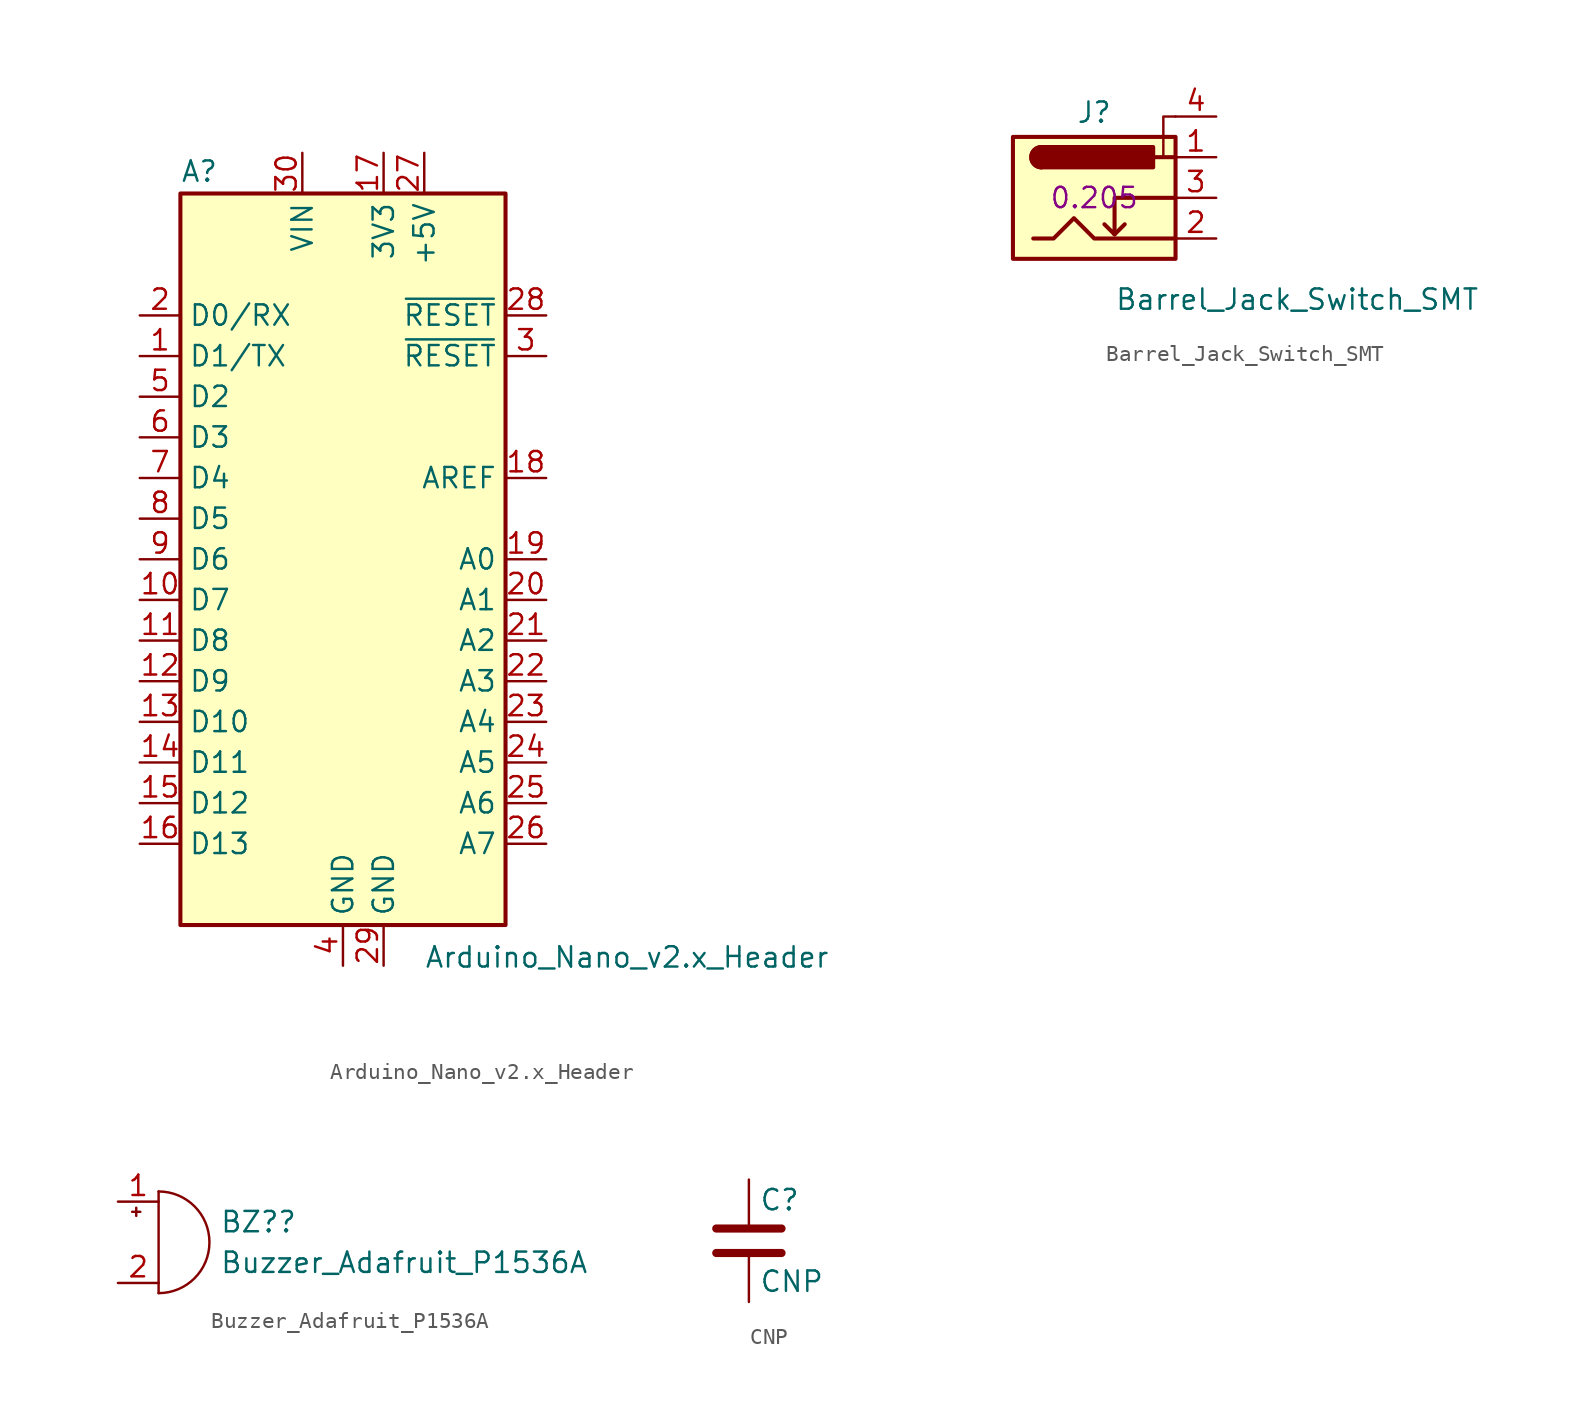
<source format=kicad_sym>
(kicad_symbol_lib
  (version 20211014)
  (generator kicad_symbol_editor)
  (symbol "Arduino_Nano_v2.x_Header"
    (property "Reference" "A"
      (at -10.16 23.495 0)
      (effects (font (size 1.27 1.27)) (justify left bottom)))
    (property "Value" "Arduino_Nano_v2.x_Header"
      (at 5.08 -24.13 0)
      (effects (font (size 1.27 1.27)) (justify left top)))
    (symbol "Arduino_Nano_v2.x_Header_0_1"
      (rectangle (start -10.16 22.86) (end 10.16 -22.86) (stroke (width 0.254) (type default) (color 0 0 0 0)) (fill (type background))))
    (symbol "Arduino_Nano_v2.x_Header_1_1"
      (pin bidirectional line (at -12.7 12.7 0) (length 2.54) (name "D1/TX" (effects (font (size 1.27 1.27)))) (number "1" (effects (font (size 1.27 1.27)))))
      (pin bidirectional line (at -12.7 -2.54 0) (length 2.54) (name "D7" (effects (font (size 1.27 1.27)))) (number "10" (effects (font (size 1.27 1.27)))))
      (pin bidirectional line (at -12.7 -5.08 0) (length 2.54) (name "D8" (effects (font (size 1.27 1.27)))) (number "11" (effects (font (size 1.27 1.27)))))
      (pin bidirectional line (at -12.7 -7.62 0) (length 2.54) (name "D9" (effects (font (size 1.27 1.27)))) (number "12" (effects (font (size 1.27 1.27)))))
      (pin bidirectional line (at -12.7 -10.16 0) (length 2.54) (name "D10" (effects (font (size 1.27 1.27)))) (number "13" (effects (font (size 1.27 1.27)))))
      (pin bidirectional line (at -12.7 -12.7 0) (length 2.54) (name "D11" (effects (font (size 1.27 1.27)))) (number "14" (effects (font (size 1.27 1.27)))))
      (pin bidirectional line (at -12.7 -15.24 0) (length 2.54) (name "D12" (effects (font (size 1.27 1.27)))) (number "15" (effects (font (size 1.27 1.27)))))
      (pin bidirectional line (at -12.7 -17.78 0) (length 2.54) (name "D13" (effects (font (size 1.27 1.27)))) (number "16" (effects (font (size 1.27 1.27)))))
      (pin power_out line (at 2.54 25.4 270) (length 2.54) (name "3V3" (effects (font (size 1.27 1.27)))) (number "17" (effects (font (size 1.27 1.27)))))
      (pin input line (at 12.7 5.08 180) (length 2.54) (name "AREF" (effects (font (size 1.27 1.27)))) (number "18" (effects (font (size 1.27 1.27)))))
      (pin bidirectional line (at 12.7 0 180) (length 2.54) (name "A0" (effects (font (size 1.27 1.27)))) (number "19" (effects (font (size 1.27 1.27)))))
      (pin bidirectional line (at -12.7 15.24 0) (length 2.54) (name "D0/RX" (effects (font (size 1.27 1.27)))) (number "2" (effects (font (size 1.27 1.27)))))
      (pin bidirectional line (at 12.7 -2.54 180) (length 2.54) (name "A1" (effects (font (size 1.27 1.27)))) (number "20" (effects (font (size 1.27 1.27)))))
      (pin bidirectional line (at 12.7 -5.08 180) (length 2.54) (name "A2" (effects (font (size 1.27 1.27)))) (number "21" (effects (font (size 1.27 1.27)))))
      (pin bidirectional line (at 12.7 -7.62 180) (length 2.54) (name "A3" (effects (font (size 1.27 1.27)))) (number "22" (effects (font (size 1.27 1.27)))))
      (pin bidirectional line (at 12.7 -10.16 180) (length 2.54) (name "A4" (effects (font (size 1.27 1.27)))) (number "23" (effects (font (size 1.27 1.27)))))
      (pin bidirectional line (at 12.7 -12.7 180) (length 2.54) (name "A5" (effects (font (size 1.27 1.27)))) (number "24" (effects (font (size 1.27 1.27)))))
      (pin bidirectional line (at 12.7 -15.24 180) (length 2.54) (name "A6" (effects (font (size 1.27 1.27)))) (number "25" (effects (font (size 1.27 1.27)))))
      (pin bidirectional line (at 12.7 -17.78 180) (length 2.54) (name "A7" (effects (font (size 1.27 1.27)))) (number "26" (effects (font (size 1.27 1.27)))))
      (pin passive line (at 5.08 25.4 270) (length 2.54) (name "+5V" (effects (font (size 1.27 1.27)))) (number "27" (effects (font (size 1.27 1.27)))))
      (pin input line (at 12.7 15.24 180) (length 2.54) (name "~{RESET}" (effects (font (size 1.27 1.27)))) (number "28" (effects (font (size 1.27 1.27)))))
      (pin power_in line (at 2.54 -25.4 90) (length 2.54) (name "GND" (effects (font (size 1.27 1.27)))) (number "29" (effects (font (size 1.27 1.27)))))
      (pin input line (at 12.7 12.7 180) (length 2.54) (name "~{RESET}" (effects (font (size 1.27 1.27)))) (number "3" (effects (font (size 1.27 1.27)))))
      (pin power_in line (at -2.54 25.4 270) (length 2.54) (name "VIN" (effects (font (size 1.27 1.27)))) (number "30" (effects (font (size 1.27 1.27)))))
      (pin power_in line (at 0 -25.4 90) (length 2.54) (name "GND" (effects (font (size 1.27 1.27)))) (number "4" (effects (font (size 1.27 1.27)))))
      (pin bidirectional line (at -12.7 10.16 0) (length 2.54) (name "D2" (effects (font (size 1.27 1.27)))) (number "5" (effects (font (size 1.27 1.27)))))
      (pin bidirectional line (at -12.7 7.62 0) (length 2.54) (name "D3" (effects (font (size 1.27 1.27)))) (number "6" (effects (font (size 1.27 1.27)))))
      (pin bidirectional line (at -12.7 5.08 0) (length 2.54) (name "D4" (effects (font (size 1.27 1.27)))) (number "7" (effects (font (size 1.27 1.27)))))
      (pin bidirectional line (at -12.7 2.54 0) (length 2.54) (name "D5" (effects (font (size 1.27 1.27)))) (number "8" (effects (font (size 1.27 1.27)))))
      (pin bidirectional line (at -12.7 0 0) (length 2.54) (name "D6" (effects (font (size 1.27 1.27)))) (number "9" (effects (font (size 1.27 1.27)))))))
  (symbol "Barrel_Jack_Switch_SMT"
    (pin_names hide)
    (property "Reference" "J"
      (at 0 5.334 0)
      (effects (font (size 1.27 1.27))))
    (property "Value" "Barrel_Jack_Switch_SMT"
      (at 1.27 -6.35 0)
      (effects (font (size 1.27 1.27)) (justify left)))
    (property "Cost" "0.205"
      (at 0 0 0)
      (effects (font (size 1.27 1.27))))
    (symbol "Barrel_Jack_Switch_SMT_0_1"
      (rectangle (start -5.08 3.81) (end 5.08 -3.81) (stroke (width 0.254) (type default) (color 0 0 0 0)) (fill (type background)))
      (arc (start -3.302 3.175) (mid -3.937 2.54) (end -3.302 1.905) (stroke (width 0.254) (type default) (color 0 0 0 0)) (fill (type none)))
      (arc (start -3.302 3.175) (mid -3.937 2.54) (end -3.302 1.905) (stroke (width 0.254) (type default) (color 0 0 0 0)) (fill (type outline)))
      (polyline (pts (xy 1.27 -2.286) (xy 1.905 -1.651)) (stroke (width 0.254) (type default) (color 0 0 0 0)) (fill (type none)))
      (polyline (pts (xy 5.08 2.54) (xy 3.81 2.54)) (stroke (width 0.254) (type default) (color 0 0 0 0)) (fill (type none)))
      (polyline (pts (xy 5.08 5.08) (xy 4.318 5.08) (xy 4.318 2.54)) (stroke (width 0) (type default) (color 0 0 0 0)) (fill (type none)))
      (polyline (pts (xy 5.08 0) (xy 1.27 0) (xy 1.27 -2.286) (xy 0.635 -1.651)) (stroke (width 0.254) (type default) (color 0 0 0 0)) (fill (type none)))
      (polyline (pts (xy -3.81 -2.54) (xy -2.54 -2.54) (xy -1.27 -1.27) (xy 0 -2.54) (xy 2.54 -2.54) (xy 5.08 -2.54)) (stroke (width 0.254) (type default) (color 0 0 0 0)) (fill (type none)))
      (rectangle (start 3.683 3.175) (end -3.302 1.905) (stroke (width 0.254) (type default) (color 0 0 0 0)) (fill (type outline))))
    (symbol "Barrel_Jack_Switch_SMT_1_1"
      (pin passive line (at 7.62 2.54 180) (length 2.54) (name "~" (effects (font (size 1.27 1.27)))) (number "1" (effects (font (size 1.27 1.27)))))
      (pin passive line (at 7.62 -2.54 180) (length 2.54) (name "~" (effects (font (size 1.27 1.27)))) (number "2" (effects (font (size 1.27 1.27)))))
      (pin passive line (at 7.62 0 180) (length 2.54) (name "~" (effects (font (size 1.27 1.27)))) (number "3" (effects (font (size 1.27 1.27)))))
      (pin passive line (at 7.62 5.08 180) (length 2.54) (name "~" (effects (font (size 1.27 1.27)))) (number "4" (effects (font (size 1.27 1.27)))))))
  (symbol "Buzzer_Adafruit_P1536A"
    (pin_names
      (offset 0.025) hide)
    (property "Reference" "BZ?"
      (at 3.81 1.27 0)
      (effects (font (size 1.27 1.27)) (justify left)))
    (property "Value" "Buzzer_Adafruit_P1536A"
      (at 3.81 -1.27 0)
      (effects (font (size 1.27 1.27)) (justify left)))
    (symbol "Buzzer_Adafruit_P1536A_0_1"
      (arc (start 0 -3.175) (mid 3.175 0) (end 0 3.175) (stroke (width 0) (type default) (color 0 0 0 0)) (fill (type none)))
      (polyline (pts (xy -1.651 1.905) (xy -1.143 1.905)) (stroke (width 0) (type default) (color 0 0 0 0)) (fill (type none)))
      (polyline (pts (xy -1.397 2.159) (xy -1.397 1.651)) (stroke (width 0) (type default) (color 0 0 0 0)) (fill (type none)))
      (polyline (pts (xy 0 3.175) (xy 0 -3.175)) (stroke (width 0) (type default) (color 0 0 0 0)) (fill (type none))))
    (symbol "Buzzer_Adafruit_P1536A_1_1"
      (pin passive line (at -2.54 2.54 0) (length 2.54) (name "-" (effects (font (size 1.27 1.27)))) (number "1" (effects (font (size 1.27 1.27)))))
      (pin passive line (at -2.54 -2.54 0) (length 2.54) (name "+" (effects (font (size 1.27 1.27)))) (number "2" (effects (font (size 1.27 1.27)))))))
  (symbol "CNP"
    (pin_numbers hide)
    (pin_names
      (offset 0.254))
    (property "Reference" "C"
      (at 0.635 2.54 0)
      (effects (font (size 1.27 1.27)) (justify left)))
    (property "Value" "CNP"
      (at 0.635 -2.54 0)
      (effects (font (size 1.27 1.27)) (justify left)))
    (symbol "CNP_0_1"
      (polyline (pts (xy -2.032 -0.762) (xy 2.032 -0.762)) (stroke (width 0.508) (type default) (color 0 0 0 0)) (fill (type none)))
      (polyline (pts (xy -2.032 0.762) (xy 2.032 0.762)) (stroke (width 0.508) (type default) (color 0 0 0 0)) (fill (type none))))
    (symbol "CNP_1_1"
      (pin passive line (at 0 3.81 270) (length 2.794) (name "~" (effects (font (size 1.27 1.27)))) (number "1" (effects (font (size 1.27 1.27)))))
      (pin passive line (at 0 -3.81 90) (length 2.794) (name "~" (effects (font (size 1.27 1.27)))) (number "2" (effects (font (size 1.27 1.27))))))))
</source>
